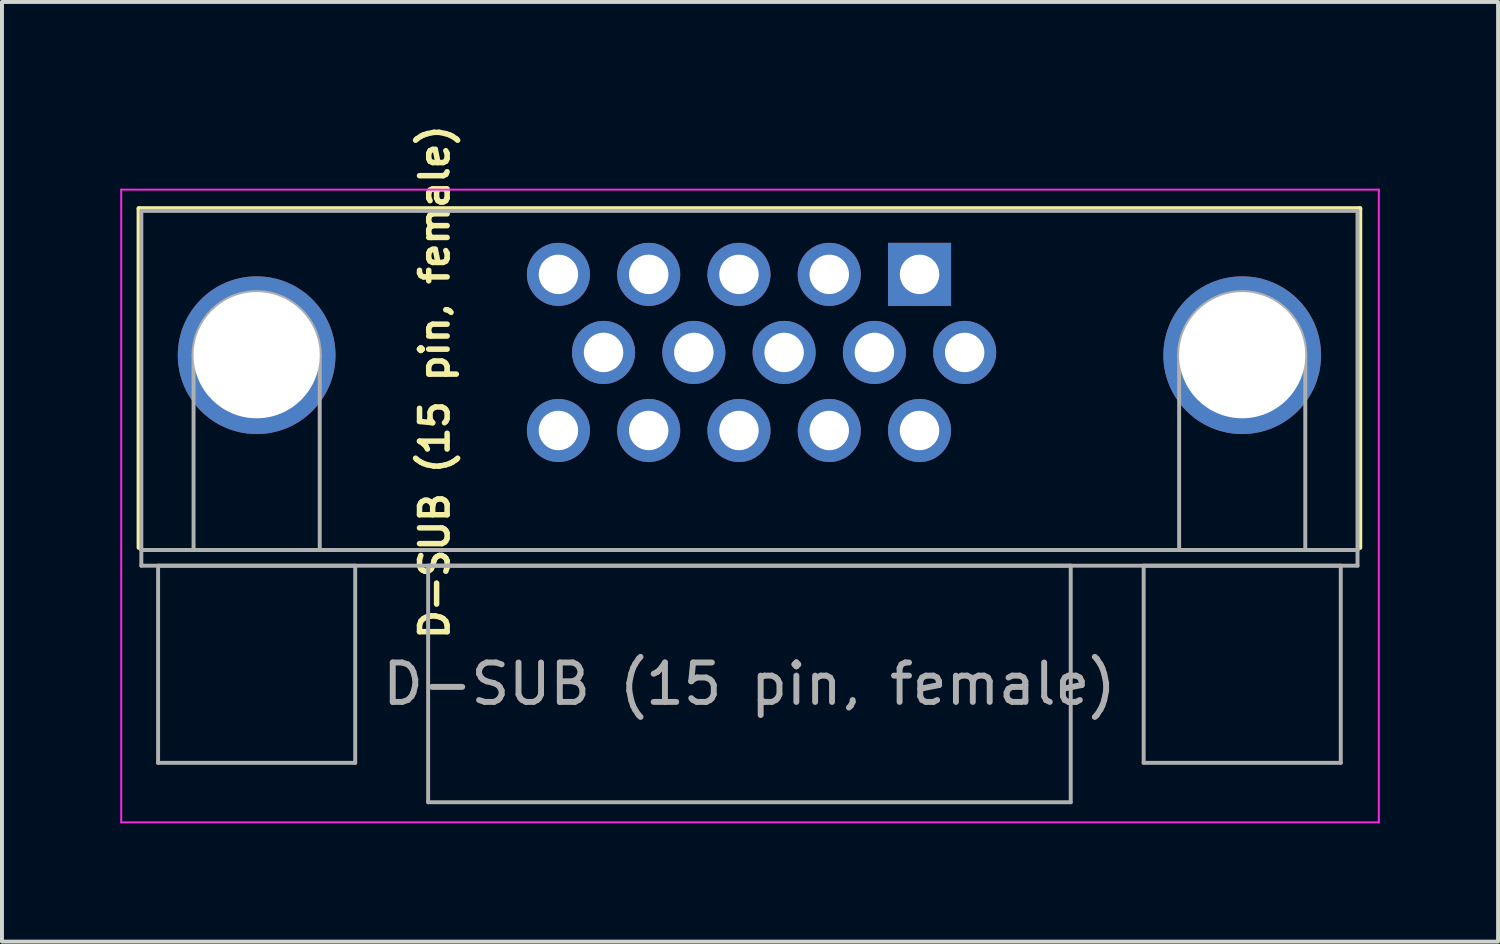
<source format=kicad_pcb>
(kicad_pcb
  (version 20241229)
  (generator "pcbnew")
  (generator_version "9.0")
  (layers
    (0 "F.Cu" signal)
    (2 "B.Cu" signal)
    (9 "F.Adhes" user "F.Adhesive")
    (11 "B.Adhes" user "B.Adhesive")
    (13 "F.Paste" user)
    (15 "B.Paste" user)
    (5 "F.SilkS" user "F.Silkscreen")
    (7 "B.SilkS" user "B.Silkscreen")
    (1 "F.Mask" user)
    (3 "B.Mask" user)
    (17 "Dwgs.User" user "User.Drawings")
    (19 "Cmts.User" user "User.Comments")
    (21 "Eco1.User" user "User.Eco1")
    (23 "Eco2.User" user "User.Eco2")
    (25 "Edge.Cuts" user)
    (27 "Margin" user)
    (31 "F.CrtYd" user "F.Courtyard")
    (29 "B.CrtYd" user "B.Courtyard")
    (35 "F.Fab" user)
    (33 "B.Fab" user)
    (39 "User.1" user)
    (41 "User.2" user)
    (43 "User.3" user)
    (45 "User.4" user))
  (footprint "D-SUB (15 pin, female)"
    (layer "F.Cu")
    (at 20.275 3.91)
    (property "Reference" "D-SUB (15 pin, female)" (at -12.3 2.73 90) (layer "F.SilkS") (effects (font (size 0.7 0.7) (thickness 0.14))))
    (attr through_hole)
    (fp_line (start -19.8 -1.67) (end 11.17 -1.67) (stroke (width 0.12) (type solid)) (layer "F.SilkS"))
    (fp_line (start -19.8 6.93) (end -19.8 -1.67) (stroke (width 0.12) (type solid)) (layer "F.SilkS"))
    (fp_line (start 11.17 -1.67) (end 11.17 6.93) (stroke (width 0.12) (type solid)) (layer "F.SilkS"))
    (fp_line (start -20.25 -2.15) (end -20.25 13.9) (stroke (width 0.05) (type solid)) (layer "F.CrtYd"))
    (fp_line (start -20.25 13.9) (end 11.65 13.9) (stroke (width 0.05) (type solid)) (layer "F.CrtYd"))
    (fp_line (start 11.65 -2.15) (end -20.25 -2.15) (stroke (width 0.05) (type solid)) (layer "F.CrtYd"))
    (fp_line (start 11.65 13.9) (end 11.65 -2.15) (stroke (width 0.05) (type solid)) (layer "F.CrtYd"))
    (fp_line (start -19.74 -1.61) (end -19.74 6.99) (stroke (width 0.1) (type solid)) (layer "F.Fab"))
    (fp_line (start -19.74 6.99) (end -19.74 7.39) (stroke (width 0.1) (type solid)) (layer "F.Fab"))
    (fp_line (start -19.74 6.99) (end 11.11 6.99) (stroke (width 0.1) (type solid)) (layer "F.Fab"))
    (fp_line (start -19.74 7.39) (end 11.11 7.39) (stroke (width 0.1) (type solid)) (layer "F.Fab"))
    (fp_line (start -19.315 7.39) (end -19.315 12.39) (stroke (width 0.1) (type solid)) (layer "F.Fab"))
    (fp_line (start -19.315 12.39) (end -14.315 12.39) (stroke (width 0.1) (type solid)) (layer "F.Fab"))
    (fp_line (start -18.415 6.99) (end -18.415 2.05) (stroke (width 0.1) (type solid)) (layer "F.Fab"))
    (fp_line (start -15.215 6.99) (end -15.215 2.05) (stroke (width 0.1) (type solid)) (layer "F.Fab"))
    (fp_line (start -14.315 7.39) (end -19.315 7.39) (stroke (width 0.1) (type solid)) (layer "F.Fab"))
    (fp_line (start -14.315 12.39) (end -14.315 7.39) (stroke (width 0.1) (type solid)) (layer "F.Fab"))
    (fp_line (start -12.465 7.39) (end -12.465 13.39) (stroke (width 0.1) (type solid)) (layer "F.Fab"))
    (fp_line (start -12.465 13.39) (end 3.835 13.39) (stroke (width 0.1) (type solid)) (layer "F.Fab"))
    (fp_line (start 3.835 7.39) (end -12.465 7.39) (stroke (width 0.1) (type solid)) (layer "F.Fab"))
    (fp_line (start 3.835 13.39) (end 3.835 7.39) (stroke (width 0.1) (type solid)) (layer "F.Fab"))
    (fp_line (start 5.685 7.39) (end 5.685 12.39) (stroke (width 0.1) (type solid)) (layer "F.Fab"))
    (fp_line (start 5.685 12.39) (end 10.685 12.39) (stroke (width 0.1) (type solid)) (layer "F.Fab"))
    (fp_line (start 6.585 6.99) (end 6.585 2.05) (stroke (width 0.1) (type solid)) (layer "F.Fab"))
    (fp_line (start 9.785 6.99) (end 9.785 2.05) (stroke (width 0.1) (type solid)) (layer "F.Fab"))
    (fp_line (start 10.685 7.39) (end 5.685 7.39) (stroke (width 0.1) (type solid)) (layer "F.Fab"))
    (fp_line (start 10.685 12.39) (end 10.685 7.39) (stroke (width 0.1) (type solid)) (layer "F.Fab"))
    (fp_line (start 11.11 -1.61) (end -19.74 -1.61) (stroke (width 0.1) (type solid)) (layer "F.Fab"))
    (fp_line (start 11.11 6.99) (end -19.74 6.99) (stroke (width 0.1) (type solid)) (layer "F.Fab"))
    (fp_line (start 11.11 6.99) (end 11.11 -1.61) (stroke (width 0.1) (type solid)) (layer "F.Fab"))
    (fp_line (start 11.11 7.39) (end 11.11 6.99) (stroke (width 0.1) (type solid)) (layer "F.Fab"))
    (fp_arc (start -18.415 2.05) (mid -16.815 0.45) (end -15.215 2.05) (stroke (width 0.1) (type solid)) (layer "F.Fab"))
    (fp_arc (start 6.585 2.05) (mid 8.185 0.45) (end 9.785 2.05) (stroke (width 0.1) (type solid)) (layer "F.Fab"))
    (fp_text user "${REFERENCE}" (at -4.315 10.39 0) (layer "F.Fab") (effects (font (size 1 1) (thickness 0.15))))
    (pad "0" thru_hole circle (at -16.815 2.05) (size 4 4) (drill 3.2) (layers "*.Cu" "*.Mask"))
    (pad "0" thru_hole circle (at 8.185 2.05) (size 4 4) (drill 3.2) (layers "*.Cu" "*.Mask"))
    (pad "1" thru_hole rect (at 0 0) (size 1.6 1.6) (drill 1) (layers "*.Cu" "*.Mask"))
    (pad "2" thru_hole circle (at -2.29 0) (size 1.6 1.6) (drill 1) (layers "*.Cu" "*.Mask"))
    (pad "3" thru_hole circle (at -4.58 0) (size 1.6 1.6) (drill 1) (layers "*.Cu" "*.Mask"))
    (pad "4" thru_hole circle (at -6.87 0) (size 1.6 1.6) (drill 1) (layers "*.Cu" "*.Mask"))
    (pad "5" thru_hole circle (at -9.16 0) (size 1.6 1.6) (drill 1) (layers "*.Cu" "*.Mask"))
    (pad "6" thru_hole circle (at 1.145 1.98) (size 1.6 1.6) (drill 1) (layers "*.Cu" "*.Mask"))
    (pad "7" thru_hole circle (at -1.145 1.98) (size 1.6 1.6) (drill 1) (layers "*.Cu" "*.Mask"))
    (pad "8" thru_hole circle (at -3.435 1.98) (size 1.6 1.6) (drill 1) (layers "*.Cu" "*.Mask"))
    (pad "9" thru_hole circle (at -5.725 1.98) (size 1.6 1.6) (drill 1) (layers "*.Cu" "*.Mask"))
    (pad "10" thru_hole circle (at -8.015 1.98) (size 1.6 1.6) (drill 1) (layers "*.Cu" "*.Mask"))
    (pad "11" thru_hole circle (at 0 3.96) (size 1.6 1.6) (drill 1) (layers "*.Cu" "*.Mask"))
    (pad "12" thru_hole circle (at -2.29 3.96) (size 1.6 1.6) (drill 1) (layers "*.Cu" "*.Mask"))
    (pad "13" thru_hole circle (at -4.58 3.96) (size 1.6 1.6) (drill 1) (layers "*.Cu" "*.Mask"))
    (pad "14" thru_hole circle (at -6.87 3.96) (size 1.6 1.6) (drill 1) (layers "*.Cu" "*.Mask"))
    (pad "15" thru_hole circle (at -9.16 3.96) (size 1.6 1.6) (drill 1) (layers "*.Cu" "*.Mask")))
  (gr_rect
    (start -3 -3)
    (end 34.95 20.835)
    (stroke (width 0.1) (type default))
    (fill no)
    (layer "Edge.Cuts")))
</source>
